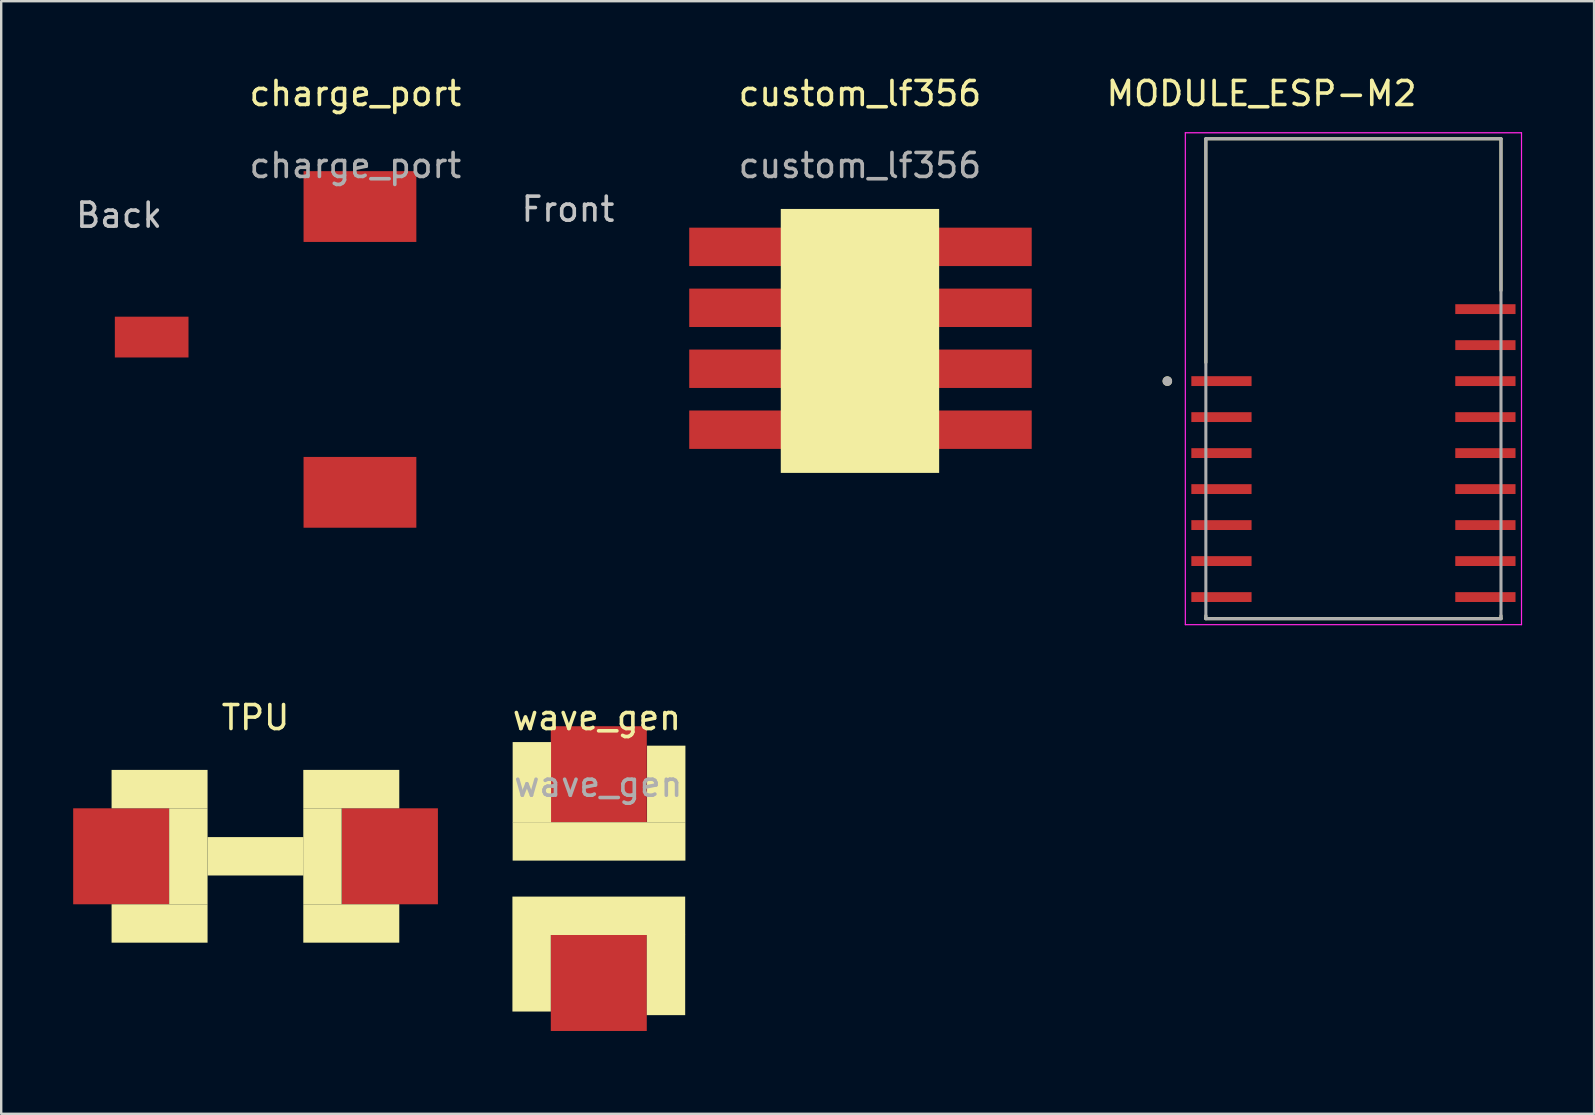
<source format=kicad_pcb>
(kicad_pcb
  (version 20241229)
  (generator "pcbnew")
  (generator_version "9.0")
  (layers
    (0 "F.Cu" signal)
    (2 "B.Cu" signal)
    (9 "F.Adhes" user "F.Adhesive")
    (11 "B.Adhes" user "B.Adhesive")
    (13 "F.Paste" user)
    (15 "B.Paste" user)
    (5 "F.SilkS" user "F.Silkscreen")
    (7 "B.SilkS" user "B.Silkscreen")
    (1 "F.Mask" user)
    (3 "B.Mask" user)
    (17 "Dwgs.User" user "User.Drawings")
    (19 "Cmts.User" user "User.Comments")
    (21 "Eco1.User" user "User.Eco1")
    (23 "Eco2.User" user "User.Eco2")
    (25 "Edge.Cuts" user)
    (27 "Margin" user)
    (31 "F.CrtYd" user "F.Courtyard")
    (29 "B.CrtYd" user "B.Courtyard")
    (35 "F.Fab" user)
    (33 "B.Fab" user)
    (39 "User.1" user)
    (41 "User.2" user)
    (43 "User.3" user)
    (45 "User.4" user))
  (footprint "wave_gen"
    (layer "F.Cu")
    (at 21.905 33.566)
    (property "Reference" "wave_gen" (at -0.08 -6.71 0) (unlocked yes) (layer "F.SilkS") (effects (font (size 1 1) (thickness 0.15))))
    (attr smd)
    (fp_rect (start -3.6 0.75) (end 3.6 2.35) (stroke (width 0.0001) (type solid)) (fill yes) (layer "F.SilkS"))
    (fp_rect (start -3.59 -2.34) (end -1.99 -5.69) (stroke (width 0.0001) (type solid)) (fill yes) (layer "F.SilkS"))
    (fp_rect (start -2 2.35) (end -3.6 5.54) (stroke (width 0.0001) (type solid)) (fill yes) (layer "F.SilkS"))
    (fp_rect (start 2.01 -2.35) (end 3.61 -5.54) (stroke (width 0.0001) (type solid)) (fill yes) (layer "F.SilkS"))
    (fp_rect (start 3.6 2.34) (end 2 5.69) (stroke (width 0.0001) (type solid)) (fill yes) (layer "F.SilkS"))
    (fp_rect (start 3.61 -0.75) (end -3.59 -2.35) (stroke (width 0.0001) (type solid)) (fill yes) (layer "F.SilkS"))
    (fp_text user "${REFERENCE}" (at -0.02 -3.93 0) (unlocked yes) (layer "F.Fab") (effects (font (size 1 1) (thickness 0.15))))
    (pad "1" smd rect (at 0 4.35) (size 4 4) (layers "F.Cu" "F.Mask" "F.Paste"))
    (pad "2" smd rect (at 0 -4.35 180) (size 4 4) (layers "F.Cu" "F.Mask" "F.Paste"))
    (zone (net_name "") (layers "F.Cu" "B.Cu" "F.SilkS") (hatch edge 0.508) (connect_pads) (min_thickness 0.254) (filled_areas_thickness no) (keepout (tracks not_allowed) (vias not_allowed) (pads allowed) (copperpour not_allowed) (footprints allowed)) (placement (enabled no)) (fill) (polygon (pts (xy 18.315 26.767) (xy 19.915 26.767) (xy 19.915 31.227) (xy 23.915 31.216) (xy 23.915 26.767) (xy 25.515 26.767) (xy 25.515 32.816) (xy 18.315 32.816))))
    (zone (net_name "") (layers "F.Cu" "B.Cu" "F.SilkS") (hatch edge 0.508) (connect_pads) (min_thickness 0.254) (filled_areas_thickness no) (keepout (tracks not_allowed) (vias not_allowed) (pads allowed) (copperpour not_allowed) (footprints allowed)) (placement (enabled no)) (fill) (polygon (pts (xy 25.505 40.367) (xy 23.905 40.367) (xy 23.905 35.907) (xy 19.905 35.916) (xy 19.905 40.367) (xy 18.305 40.367) (xy 18.305 34.316) (xy 25.505 34.316)))))
  (footprint "MODULE_ESP-M2"
    (layer "F.Cu")
    (at 53.354 12.733)
    (property "Reference" "MODULE_ESP-M2" (at -3.83 -11.885 0) (layer "F.SilkS") (effects (font (size 1 1) (thickness 0.15))))
    (attr smd)
    (fp_line (start -6.15 -10) (end -6.15 -0.675) (stroke (width 0.127) (type solid)) (layer "F.SilkS"))
    (fp_line (start -6.15 10) (end -6.15 9.875) (stroke (width 0.127) (type solid)) (layer "F.SilkS"))
    (fp_line (start -6.15 10) (end 6.15 10) (stroke (width 0.127) (type solid)) (layer "F.SilkS"))
    (fp_line (start 6.15 -10) (end -6.15 -10) (stroke (width 0.127) (type solid)) (layer "F.SilkS"))
    (fp_line (start 6.15 -3.675) (end 6.15 -10) (stroke (width 0.127) (type solid)) (layer "F.SilkS"))
    (fp_line (start 6.15 10) (end 6.15 9.875) (stroke (width 0.127) (type solid)) (layer "F.SilkS"))
    (fp_circle (center -7.755 0.1) (end -7.655 0.1) (stroke (width 0.2) (type solid)) (fill no) (layer "F.SilkS"))
    (fp_line (start -7.005 -10.25) (end -7.005 10.25) (stroke (width 0.05) (type solid)) (layer "F.CrtYd"))
    (fp_line (start -7.005 10.25) (end 7.005 10.25) (stroke (width 0.05) (type solid)) (layer "F.CrtYd"))
    (fp_line (start 7.005 -10.25) (end -7.005 -10.25) (stroke (width 0.05) (type solid)) (layer "F.CrtYd"))
    (fp_line (start 7.005 10.25) (end 7.005 -10.25) (stroke (width 0.05) (type solid)) (layer "F.CrtYd"))
    (fp_line (start -6.15 -10) (end -6.15 10) (stroke (width 0.127) (type solid)) (layer "F.Fab"))
    (fp_line (start -6.15 10) (end 6.15 10) (stroke (width 0.127) (type solid)) (layer "F.Fab"))
    (fp_line (start 6.15 -10) (end -6.15 -10) (stroke (width 0.127) (type solid)) (layer "F.Fab"))
    (fp_line (start 6.15 10) (end 6.15 -10) (stroke (width 0.127) (type solid)) (layer "F.Fab"))
    (fp_circle (center -7.755 0.1) (end -7.655 0.1) (stroke (width 0.2) (type solid)) (fill no) (layer "F.Fab"))
    (pad "1" smd rect (at -5.5 0.1) (size 2.51 0.41) (layers "F.Cu" "F.Mask" "F.Paste"))
    (pad "2" smd rect (at -5.5 1.6) (size 2.51 0.41) (layers "F.Cu" "F.Mask" "F.Paste"))
    (pad "3" smd rect (at -5.5 3.1) (size 2.51 0.41) (layers "F.Cu" "F.Mask" "F.Paste"))
    (pad "4" smd rect (at -5.5 4.6) (size 2.51 0.41) (layers "F.Cu" "F.Mask" "F.Paste"))
    (pad "5" smd rect (at -5.5 6.1) (size 2.51 0.41) (layers "F.Cu" "F.Mask" "F.Paste"))
    (pad "6" smd rect (at -5.5 7.6) (size 2.51 0.41) (layers "F.Cu" "F.Mask" "F.Paste"))
    (pad "7" smd rect (at -5.5 9.1) (size 2.51 0.41) (layers "F.Cu" "F.Mask" "F.Paste"))
    (pad "8" smd rect (at 5.5 9.1) (size 2.51 0.41) (layers "F.Cu" "F.Mask" "F.Paste"))
    (pad "9" smd rect (at 5.5 7.6) (size 2.51 0.41) (layers "F.Cu" "F.Mask" "F.Paste"))
    (pad "10" smd rect (at 5.5 6.1) (size 2.51 0.41) (layers "F.Cu" "F.Mask" "F.Paste"))
    (pad "11" smd rect (at 5.5 4.6) (size 2.51 0.41) (layers "F.Cu" "F.Mask" "F.Paste"))
    (pad "12" smd rect (at 5.5 3.1) (size 2.51 0.41) (layers "F.Cu" "F.Mask" "F.Paste"))
    (pad "13" smd rect (at 5.5 1.6) (size 2.51 0.41) (layers "F.Cu" "F.Mask" "F.Paste"))
    (pad "14" smd rect (at 5.5 0.1) (size 2.51 0.41) (layers "F.Cu" "F.Mask" "F.Paste"))
    (pad "15" smd rect (at 5.5 -1.4) (size 2.51 0.41) (layers "F.Cu" "F.Mask" "F.Paste"))
    (pad "16" smd rect (at 5.5 -2.9) (size 2.51 0.41) (layers "F.Cu" "F.Mask" "F.Paste"))
    (zone (net_name "") (layer "F.Cu") (hatch full 0.508) (connect_pads) (min_thickness 0.01) (filled_areas_thickness no) (keepout (tracks not_allowed) (vias not_allowed) (pads not_allowed) (copperpour not_allowed) (footprints allowed)) (placement (enabled no)) (fill) (polygon (pts (xy 47.204 2.733) (xy 59.504 2.733) (xy 59.504 9.333) (xy 47.204 9.333))))
    (zone (net_name "") (layers "F.Cu" "B.Cu") (hatch full 0.508) (connect_pads) (min_thickness 0.01) (filled_areas_thickness no) (keepout (tracks allowed) (vias not_allowed) (pads allowed) (copperpour allowed) (footprints allowed)) (placement (enabled no)) (fill) (polygon (pts (xy 47.204 2.733) (xy 59.504 2.733) (xy 59.504 9.333) (xy 47.204 9.333))))
    (zone (net_name "") (layer "B.Cu") (hatch full 0.508) (connect_pads) (min_thickness 0.01) (filled_areas_thickness no) (keepout (tracks not_allowed) (vias not_allowed) (pads not_allowed) (copperpour not_allowed) (footprints allowed)) (placement (enabled no)) (fill) (polygon (pts (xy 47.204 2.733) (xy 59.504 2.733) (xy 59.504 9.333) (xy 47.204 9.333)))))
  (footprint "TPU"
    (layer "F.Cu")
    (at 7.6 32.636)
    (property "Reference" "TPU" (at 0 -5.78 0) (unlocked yes) (layer "F.SilkS") (effects (font (size 1 1) (thickness 0.15))))
    (fp_rect (start -6 -3.6) (end -2 -2) (stroke (width 0.0001) (type solid)) (fill yes) (layer "F.SilkS"))
    (fp_rect (start -6 2) (end -2 3.6) (stroke (width 0.0001) (type solid)) (fill yes) (layer "F.SilkS"))
    (fp_rect (start -3.6 -2) (end -2 2) (stroke (width 0.0001) (type solid)) (fill yes) (layer "F.SilkS"))
    (fp_rect (start -2 -0.8) (end 2 0.8) (stroke (width 0.0001) (type solid)) (fill yes) (layer "F.SilkS"))
    (fp_rect (start 1.99 -3.6) (end 5.99 -2) (stroke (width 0.0001) (type solid)) (fill yes) (layer "F.SilkS"))
    (fp_rect (start 1.99 -2) (end 3.59 2) (stroke (width 0.0001) (type solid)) (fill yes) (layer "F.SilkS"))
    (fp_rect (start 1.99 2) (end 5.99 3.6) (stroke (width 0.0001) (type solid)) (fill yes) (layer "F.SilkS"))
    (pad "1" smd rect (at -5.6 0) (size 4 4) (layers "F.Cu" "F.Mask" "F.Paste"))
    (pad "2" smd rect (at 5.6 0) (size 4 4) (layers "F.Cu" "F.Mask" "F.Paste"))
    (zone (net_name "") (layers "F.Cu" "B.Cu" "F.SilkS") (hatch edge 0.508) (connect_pads) (min_thickness 0.254) (filled_areas_thickness no) (keepout (tracks not_allowed) (vias not_allowed) (pads allowed) (copperpour allowed) (footprints allowed)) (placement (enabled no)) (fill) (polygon (pts (xy 13.59 30.637) (xy 11.19 30.637) (xy 11.19 34.636) (xy 13.59 34.636) (xy 13.59 36.236) (xy 9.59 36.236) (xy 9.59 33.437) (xy 5.6 33.437) (xy 5.6 36.236) (xy 1.6 36.236) (xy 1.6 34.636) (xy 4 34.636) (xy 4 30.637) (xy 1.6 30.637) (xy 1.6 29.037) (xy 5.6 29.037) (xy 5.6 31.837) (xy 9.59 31.837) (xy 9.59 29.037) (xy 13.59 29.037)))))
  (footprint "custom_lf356"
    (layer "F.Cu")
    (at 32.789 11.158)
    (property "Reference" "custom_lf356" (at 0 -10.31 0) (unlocked yes) (layer "F.SilkS") (effects (font (size 1 1) (thickness 0.15))))
    (attr smd)
    (fp_rect (start -3.3 -5.5) (end 3.3 5.5) (stroke (width 0.0001) (type solid)) (fill yes) (layer "F.SilkS"))
    (fp_text user "${REFERENCE}" (at 0 -7.31 0) (unlocked yes) (layer "F.Fab") (effects (font (size 1 1) (thickness 0.15))))
    (pad "1" smd rect (at -5.178 -3.92) (size 3.875 1.6) (layers "F.Cu" "F.Mask" "F.Paste"))
    (pad "2" smd rect (at -5.178 -1.38) (size 3.875 1.6) (layers "F.Cu" "F.Mask" "F.Paste"))
    (pad "3" smd rect (at -5.178 1.16) (size 3.875 1.6) (layers "F.Cu" "F.Mask" "F.Paste"))
    (pad "4" smd rect (at -5.178 3.7) (size 3.875 1.6) (layers "F.Cu" "F.Mask" "F.Paste"))
    (pad "5" smd rect (at 5.22 3.7) (size 3.875 1.6) (layers "F.Cu" "F.Mask" "F.Paste"))
    (pad "6" smd rect (at 5.22 1.16) (size 3.875 1.6) (layers "F.Cu" "F.Mask" "F.Paste"))
    (pad "7" smd rect (at 5.22 -1.38) (size 3.875 1.6) (layers "F.Cu" "F.Mask" "F.Paste"))
    (pad "8" smd rect (at 5.22 -3.92) (size 3.875 1.6) (layers "F.Cu" "F.Mask" "F.Paste"))
    (zone (net_name "") (layers "F.Cu" "B.Cu") (hatch edge 0.508) (connect_pads) (min_thickness 0.254) (filled_areas_thickness no) (keepout (tracks not_allowed) (vias not_allowed) (pads allowed) (copperpour not_allowed) (footprints allowed)) (placement (enabled no)) (fill) (polygon (pts (xy 36.149 5.628) (xy 36.149 16.688) (xy 36.119 16.718) (xy 29.459 16.718) (xy 29.429 16.688) (xy 29.429 5.628) (xy 29.459 5.598) (xy 36.119 5.598)))))
  (footprint "charge_port"
    (layer "F.Cu")
    (at 11.801 11.508)
    (property "Reference" "charge_port" (at -0.04 -10.66 0) (unlocked yes) (layer "F.SilkS") (effects (font (size 1 1) (thickness 0.15))))
    (attr smd)
    (fp_rect (start -7 -4.48) (end 7 4.48) (stroke (width 0.0001) (type solid)) (fill no) (layer "F.SilkS"))
    (fp_text user "Front" (at 8.82 -5.84 0) (unlocked yes) (layer "Dwgs.User") (effects (font (size 1 1) (thickness 0.15))))
    (fp_text user "Back" (at -9.89 -5.59 0) (unlocked yes) (layer "Dwgs.User") (effects (font (size 1 1) (thickness 0.15))))
    (fp_text user "${REFERENCE}" (at -0.04 -7.66 0) (unlocked yes) (layer "F.Fab") (effects (font (size 1 1) (thickness 0.15))))
    (pad "1" smd rect (at -8.53 -0.51 180) (size 3.07 1.7) (layers "F.Cu" "F.Mask" "F.Paste"))
    (pad "2" smd rect (at 0.15 5.96 180) (size 4.7 2.95) (layers "F.Cu" "F.Mask" "F.Paste"))
    (pad "3" smd rect (at 0.15 -5.95 180) (size 4.7 2.95) (layers "F.Cu" "F.Mask" "F.Paste"))
    (zone (net_name "") (layers "F.Cu" "F.SilkS") (hatch edge 0.508) (connect_pads) (min_thickness 0.254) (filled_areas_thickness no) (keepout (tracks not_allowed) (vias not_allowed) (pads allowed) (copperpour allowed) (footprints allowed)) (placement (enabled no)) (fill) (polygon (pts (xy 11.181 15.988) (xy 4.801 15.988) (xy 4.801 7.028) (xy 11.181 7.028)))))
  (gr_rect
    (start -3 -3)
    (end 63.384 43.367)
    (stroke (width 0.1) (type default))
    (fill no)
    (layer "Edge.Cuts")))
</source>
